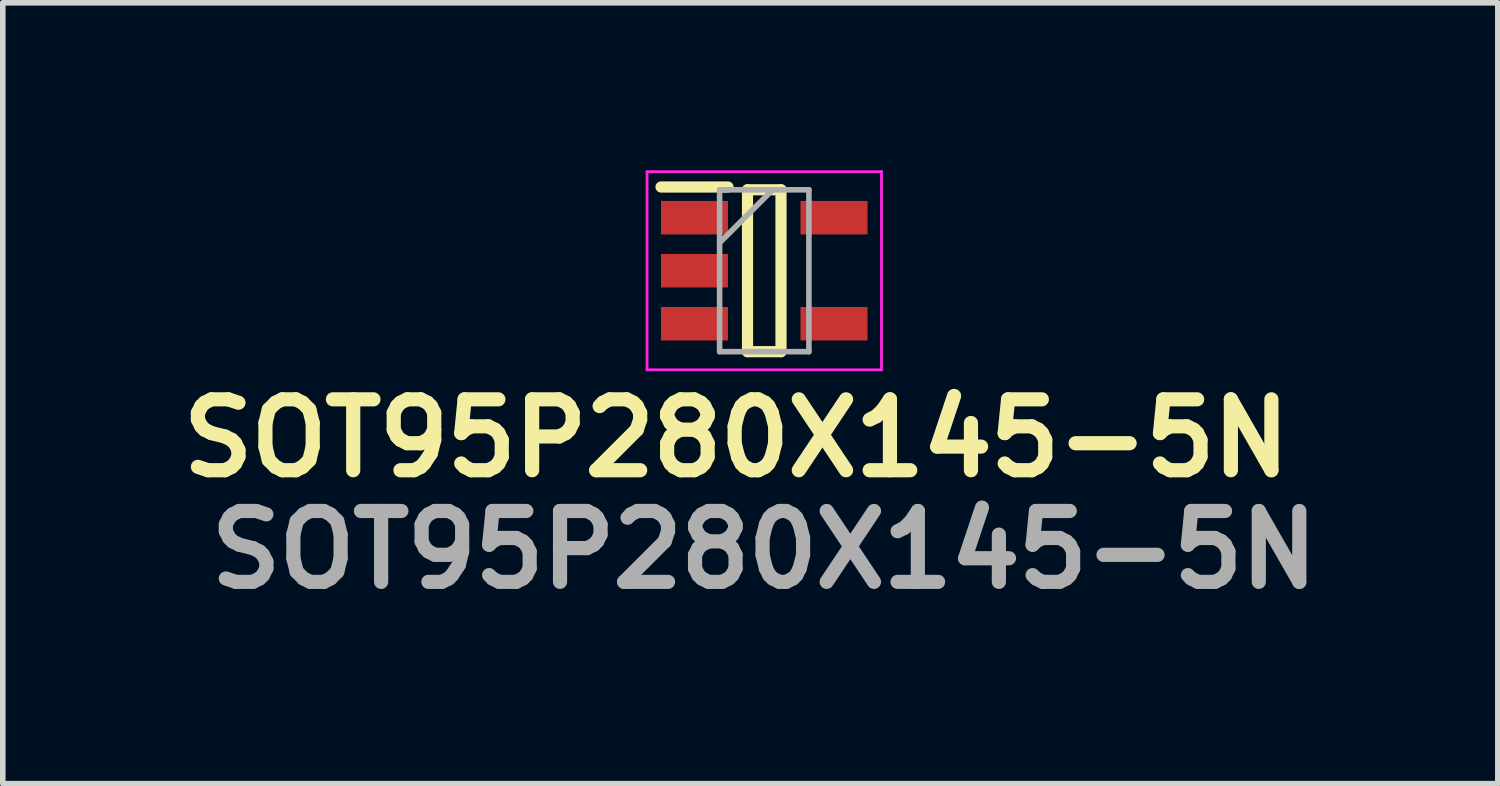
<source format=kicad_pcb>
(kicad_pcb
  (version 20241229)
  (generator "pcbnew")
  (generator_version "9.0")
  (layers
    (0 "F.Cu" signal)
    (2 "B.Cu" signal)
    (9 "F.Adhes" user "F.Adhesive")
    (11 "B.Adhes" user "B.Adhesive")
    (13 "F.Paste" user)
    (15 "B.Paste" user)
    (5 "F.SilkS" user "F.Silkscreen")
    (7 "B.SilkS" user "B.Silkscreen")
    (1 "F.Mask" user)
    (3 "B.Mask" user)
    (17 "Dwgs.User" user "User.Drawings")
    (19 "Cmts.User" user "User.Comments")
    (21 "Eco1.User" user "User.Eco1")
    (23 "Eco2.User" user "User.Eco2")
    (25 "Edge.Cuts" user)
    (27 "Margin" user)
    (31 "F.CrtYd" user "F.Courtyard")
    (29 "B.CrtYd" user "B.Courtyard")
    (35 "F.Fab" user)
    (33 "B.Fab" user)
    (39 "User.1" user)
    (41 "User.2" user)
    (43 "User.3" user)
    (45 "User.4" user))
  (footprint "SOT95P280X145-5N"
    (layer "F.Cu")
    (at 10.642 1.8)
    (property "Reference" "SOT95P280X145-5N" (at -0.5 3 0) (layer "F.SilkS") (effects (font (size 1.27 1.27) (thickness 0.254))))
    (attr smd)
    (fp_line (start -1.85 -1.5) (end -0.65 -1.5) (stroke (width 0.2) (type solid)) (layer "F.SilkS"))
    (fp_line (start -0.3 -1.45) (end 0.3 -1.45) (stroke (width 0.2) (type solid)) (layer "F.SilkS"))
    (fp_line (start -0.3 1.45) (end -0.3 -1.45) (stroke (width 0.2) (type solid)) (layer "F.SilkS"))
    (fp_line (start 0.3 -1.45) (end 0.3 1.45) (stroke (width 0.2) (type solid)) (layer "F.SilkS"))
    (fp_line (start 0.3 1.45) (end -0.3 1.45) (stroke (width 0.2) (type solid)) (layer "F.SilkS"))
    (fp_line (start -2.1 -1.775) (end 2.1 -1.775) (stroke (width 0.05) (type solid)) (layer "F.CrtYd"))
    (fp_line (start -2.1 1.775) (end -2.1 -1.775) (stroke (width 0.05) (type solid)) (layer "F.CrtYd"))
    (fp_line (start 2.1 -1.775) (end 2.1 1.775) (stroke (width 0.05) (type solid)) (layer "F.CrtYd"))
    (fp_line (start 2.1 1.775) (end -2.1 1.775) (stroke (width 0.05) (type solid)) (layer "F.CrtYd"))
    (fp_line (start -0.8 -1.45) (end 0.8 -1.45) (stroke (width 0.1) (type solid)) (layer "F.Fab"))
    (fp_line (start -0.8 -0.5) (end 0.15 -1.45) (stroke (width 0.1) (type solid)) (layer "F.Fab"))
    (fp_line (start -0.8 1.45) (end -0.8 -1.45) (stroke (width 0.1) (type solid)) (layer "F.Fab"))
    (fp_line (start 0.8 -1.45) (end 0.8 1.45) (stroke (width 0.1) (type solid)) (layer "F.Fab"))
    (fp_line (start 0.8 1.45) (end -0.8 1.45) (stroke (width 0.1) (type solid)) (layer "F.Fab"))
    (fp_text user "${REFERENCE}" (at 0 5 0) (layer "F.Fab") (effects (font (size 1.27 1.27) (thickness 0.254))))
    (pad "1" smd rect (at -1.25 -0.95 90) (size 0.6 1.2) (layers "F.Cu" "F.Mask" "F.Paste"))
    (pad "2" smd rect (at -1.25 0 90) (size 0.6 1.2) (layers "F.Cu" "F.Mask" "F.Paste"))
    (pad "3" smd rect (at -1.25 0.95 90) (size 0.6 1.2) (layers "F.Cu" "F.Mask" "F.Paste"))
    (pad "4" smd rect (at 1.25 0.95 90) (size 0.6 1.2) (layers "F.Cu" "F.Mask" "F.Paste"))
    (pad "5" smd rect (at 1.25 -0.95 90) (size 0.6 1.2) (layers "F.Cu" "F.Mask" "F.Paste")))
  (gr_rect
    (start -3 -3)
    (end 23.784 10.989)
    (stroke (width 0.1) (type default))
    (fill no)
    (layer "Edge.Cuts")))
</source>
